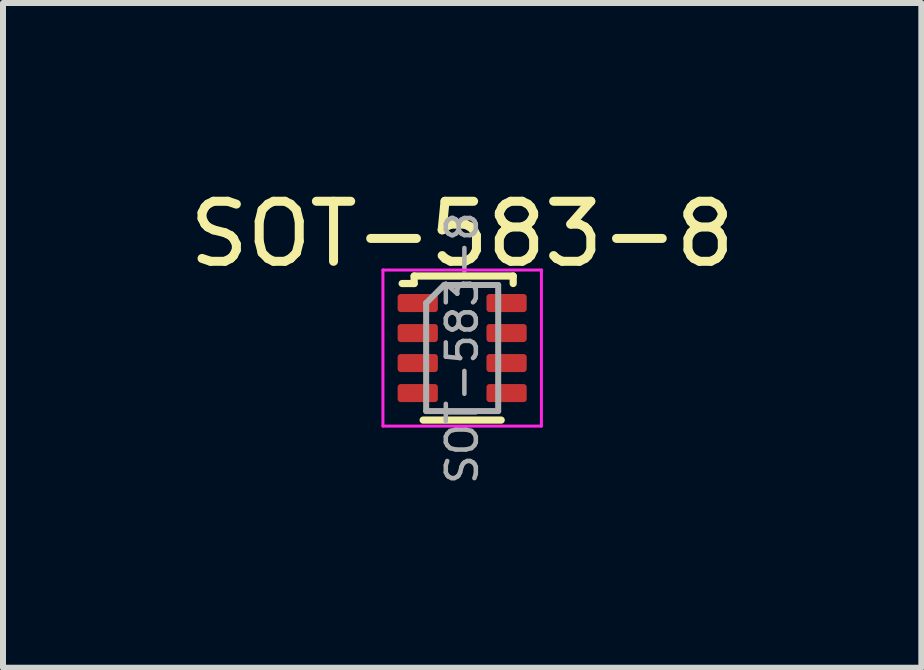
<source format=kicad_pcb>
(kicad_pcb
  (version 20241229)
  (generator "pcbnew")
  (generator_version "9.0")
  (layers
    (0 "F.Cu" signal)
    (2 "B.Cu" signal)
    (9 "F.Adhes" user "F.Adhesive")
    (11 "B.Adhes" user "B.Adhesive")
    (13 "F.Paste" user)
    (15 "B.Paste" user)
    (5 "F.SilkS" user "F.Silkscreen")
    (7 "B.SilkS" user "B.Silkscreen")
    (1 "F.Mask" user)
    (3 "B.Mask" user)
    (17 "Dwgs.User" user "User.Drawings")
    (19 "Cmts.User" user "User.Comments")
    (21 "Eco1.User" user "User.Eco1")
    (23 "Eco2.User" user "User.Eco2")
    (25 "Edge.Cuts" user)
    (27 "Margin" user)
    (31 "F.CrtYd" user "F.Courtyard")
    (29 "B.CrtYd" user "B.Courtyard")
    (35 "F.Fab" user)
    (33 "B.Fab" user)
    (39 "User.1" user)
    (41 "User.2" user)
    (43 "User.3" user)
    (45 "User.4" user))
  (footprint "SOT-583-8"
    (layer "F.Cu")
    (at 4.649 2.748)
    (property "Reference" "SOT-583-8" (at 0 -1.9 0) (unlocked yes) (layer "F.SilkS") (effects (font (size 1 1) (thickness 0.15))))
    (attr smd)
    (fp_line (start -0.8 -1.2) (end 0.85 -1.2) (stroke (width 0.12) (type default)) (layer "F.SilkS"))
    (fp_line (start -0.8 -1.075) (end -1 -1.075) (stroke (width 0.12) (type default)) (layer "F.SilkS"))
    (fp_line (start -0.8 -1.075) (end -0.8 -1.2) (stroke (width 0.12) (type default)) (layer "F.SilkS"))
    (fp_line (start 0.65 1.2) (end -0.65 1.2) (stroke (width 0.12) (type default)) (layer "F.SilkS"))
    (fp_line (start 0.85 -1.2) (end 0.85 -1.075) (stroke (width 0.12) (type default)) (layer "F.SilkS"))
    (fp_line (start -1.32 -1.3) (end 1.32 -1.3) (stroke (width 0.05) (type default)) (layer "F.CrtYd"))
    (fp_line (start -1.32 1.3) (end -1.32 -1.3) (stroke (width 0.05) (type default)) (layer "F.CrtYd"))
    (fp_line (start 1.32 -1.3) (end 1.32 1.3) (stroke (width 0.05) (type default)) (layer "F.CrtYd"))
    (fp_line (start 1.32 1.3) (end -1.32 1.3) (stroke (width 0.05) (type default)) (layer "F.CrtYd"))
    (fp_line (start -0.6 -0.75) (end -0.6 1.05) (stroke (width 0.1) (type default)) (layer "F.Fab"))
    (fp_line (start -0.6 1.05) (end 0.6 1.05) (stroke (width 0.1) (type default)) (layer "F.Fab"))
    (fp_line (start -0.3 -1.05) (end -0.6 -0.75) (stroke (width 0.1) (type default)) (layer "F.Fab"))
    (fp_line (start 0.6 -1.05) (end -0.3 -1.05) (stroke (width 0.1) (type default)) (layer "F.Fab"))
    (fp_line (start 0.6 -1.05) (end 0.6 1.05) (stroke (width 0.1) (type default)) (layer "F.Fab"))
    (fp_text user "${REFERENCE}" (at 0 0 90) (unlocked yes) (layer "F.Fab") (effects (font (size 0.5 0.5) (thickness 0.075))))
    (pad "1" smd roundrect (at -0.74 -0.75) (size 0.67 0.3) (layers "F.Cu" "F.Mask" "F.Paste") (roundrect_rratio 0.167))
    (pad "2" smd roundrect (at -0.74 -0.25) (size 0.67 0.3) (layers "F.Cu" "F.Mask" "F.Paste") (roundrect_rratio 0.167))
    (pad "3" smd roundrect (at -0.74 0.25) (size 0.67 0.3) (layers "F.Cu" "F.Mask" "F.Paste") (roundrect_rratio 0.167))
    (pad "4" smd roundrect (at -0.74 0.75) (size 0.67 0.3) (layers "F.Cu" "F.Mask" "F.Paste") (roundrect_rratio 0.167))
    (pad "5" smd roundrect (at 0.74 0.75) (size 0.67 0.3) (layers "F.Cu" "F.Mask" "F.Paste") (roundrect_rratio 0.167))
    (pad "6" smd roundrect (at 0.74 0.25) (size 0.67 0.3) (layers "F.Cu" "F.Mask" "F.Paste") (roundrect_rratio 0.167))
    (pad "7" smd roundrect (at 0.74 -0.25) (size 0.67 0.3) (layers "F.Cu" "F.Mask" "F.Paste") (roundrect_rratio 0.167))
    (pad "8" smd roundrect (at 0.74 -0.75) (size 0.67 0.3) (layers "F.Cu" "F.Mask" "F.Paste") (roundrect_rratio 0.167)))
  (gr_rect
    (start -3 -3)
    (end 12.298 8.073)
    (stroke (width 0.1) (type default))
    (fill no)
    (layer "Edge.Cuts")))
</source>
